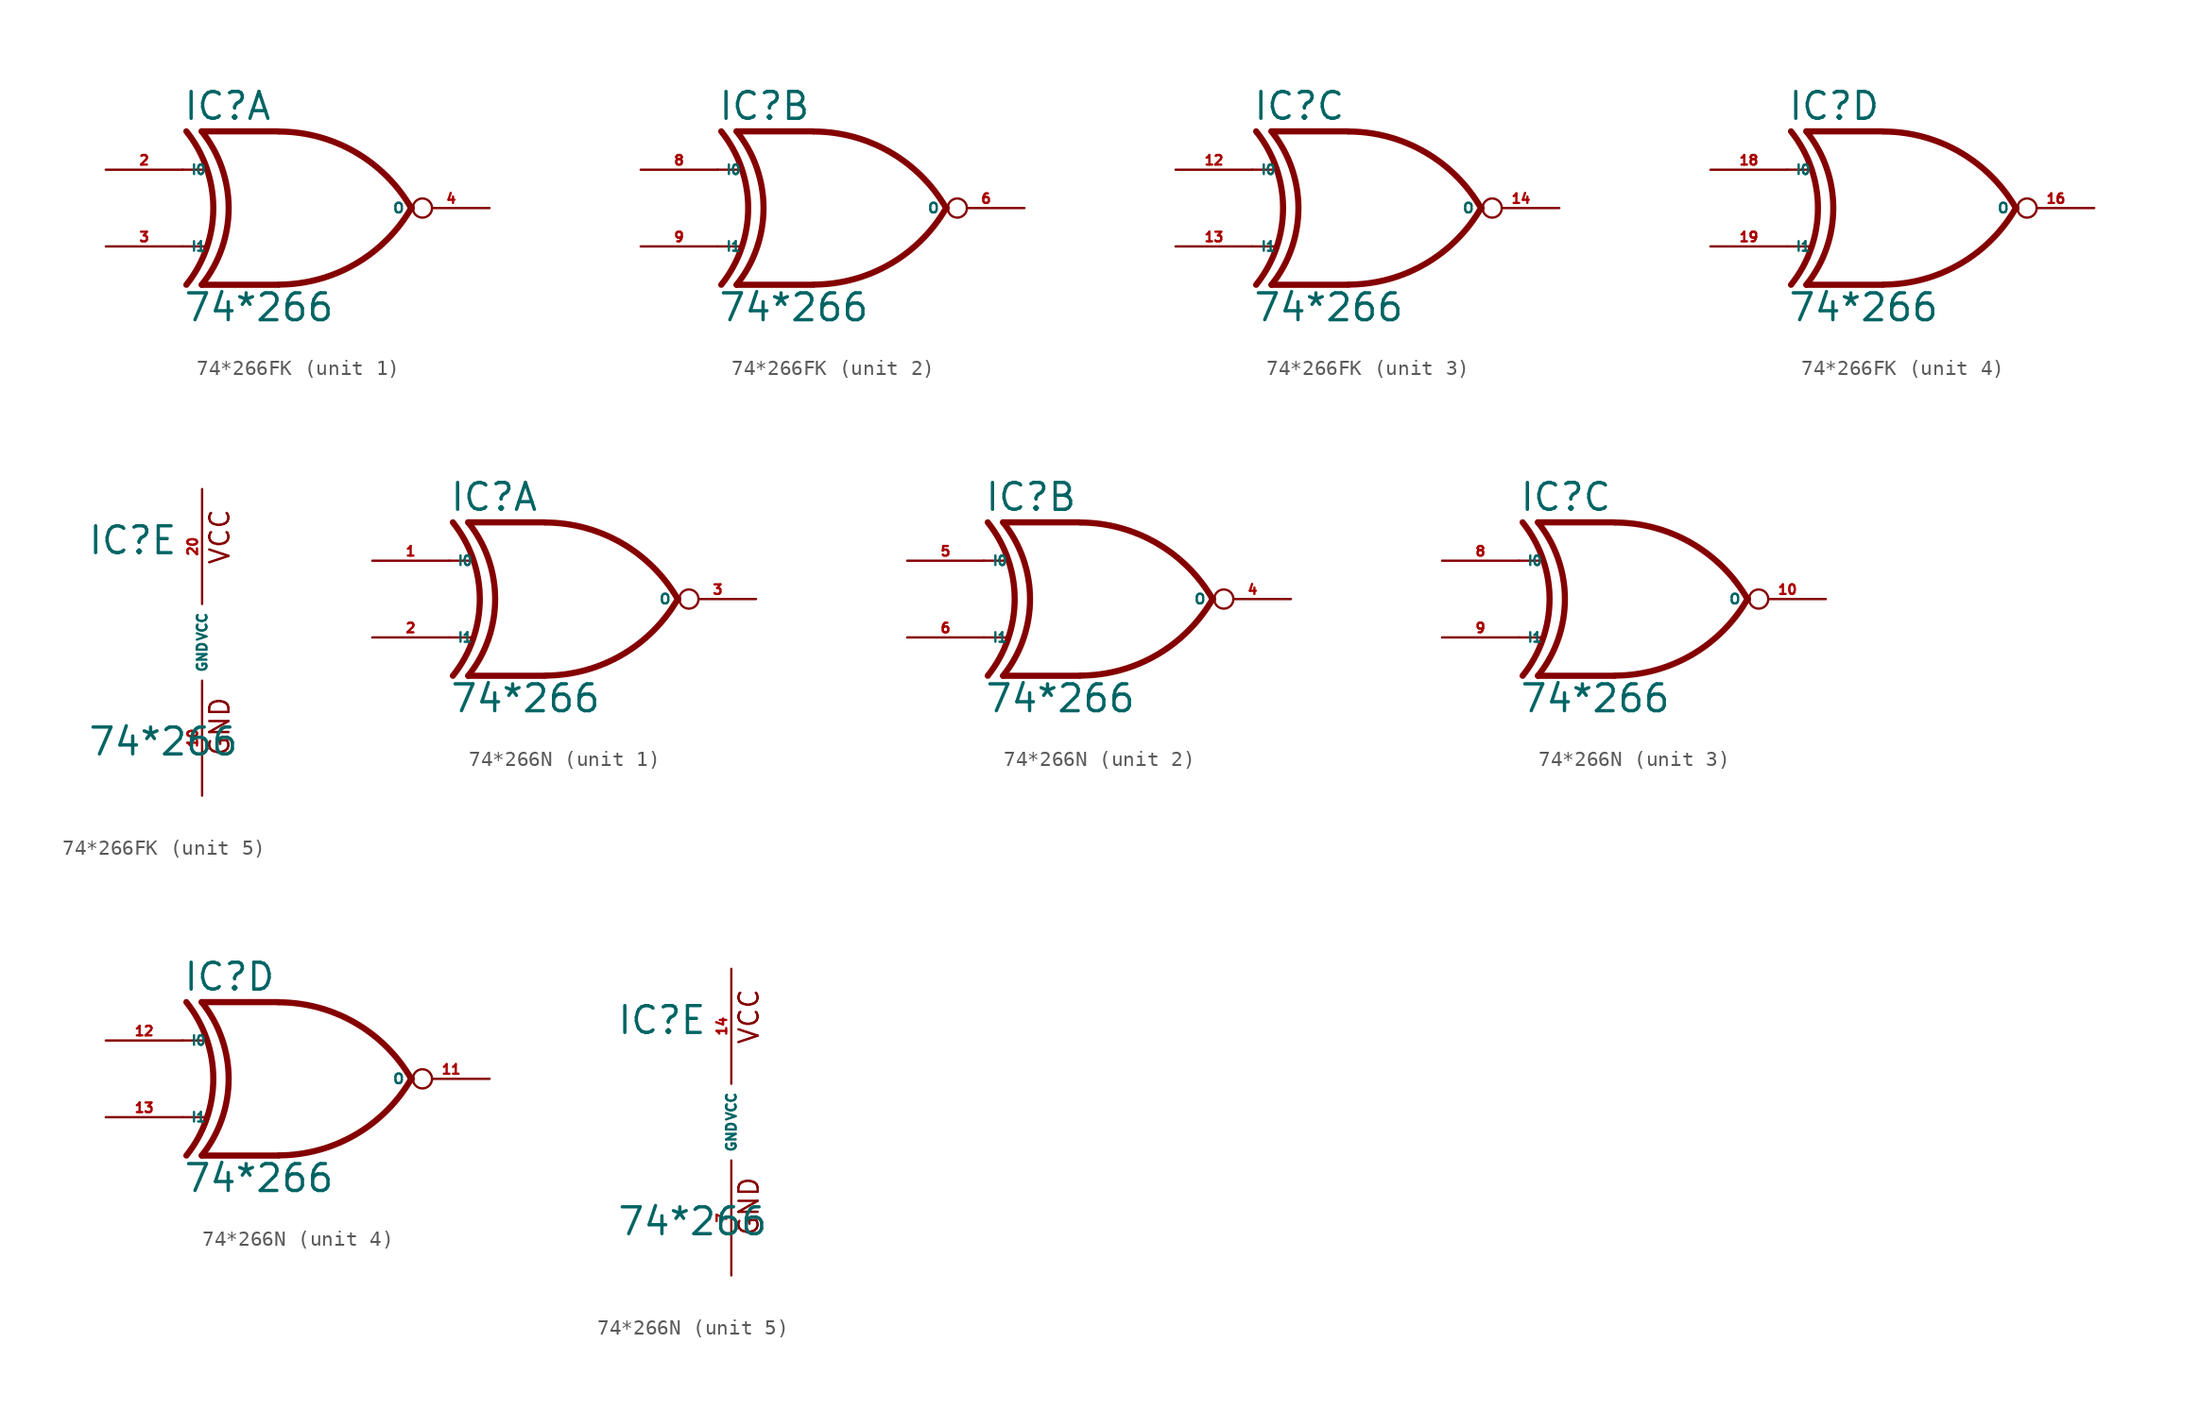
<source format=kicad_sym>
(kicad_symbol_lib
  (version 20220914)
  (generator Eagle2Kicad)
  (symbol "74*266FK"
    (property "Reference" "IC"
      (at -7.62 5.715 0)
      (effects (font (size 1.778 1.778) (thickness 0.22)) (justify left bottom)))
    (property "Value" "74*266"
      (at -7.62 -7.62 0)
      (effects (font (size 1.778 1.778) (thickness 0.22)) (justify left bottom)))
    (symbol "74*266FK_1_0"
      (polyline (pts (xy -1.27 5.08) (xy -6.35 5.08)) (stroke (width 0.406) (type default)) (fill (type none)))
      (polyline (pts (xy -1.27 -5.08) (xy -6.35 -5.08)) (stroke (width 0.406) (type default)) (fill (type none)))
      (polyline (pts (xy -7.62 2.54) (xy -6.096 2.54)) (stroke (width 0.152) (type default)) (fill (type none)))
      (polyline (pts (xy -7.62 -2.54) (xy -6.096 -2.54)) (stroke (width 0.152) (type default)) (fill (type none)))
      (arc (start -1.2446 -5.0678) (mid 3.837 -3.689) (end 7.5439 0.0507) (stroke (width 0.4064) (type default)) (fill (type none)))
      (arc (start 7.5442 -0.0505) (mid 3.837 3.689) (end -1.2446 5.0678) (stroke (width 0.4064) (type default)) (fill (type none)))
      (arc (start -6.35 -5.08) (mid -4.568 0.000) (end -6.35 5.08) (stroke (width 0.4064) (type default)) (fill (type none)))
      (arc (start -7.366 -5.08) (mid -5.584 0.000) (end -7.366 5.08) (stroke (width 0.4064) (type default)) (fill (type none)))
      (pin input line (at -12.7 2.54 0) (length 5.08) (name "I0" (effects (font (size 0.635 0.635) (thickness 0.08)) (justify left bottom))) (number "2" (effects (font (size 0.635 0.635) (thickness 0.08)) (justify left bottom))))
      (pin input line (at -12.7 -2.54 0) (length 5.08) (name "I1" (effects (font (size 0.635 0.635) (thickness 0.08)) (justify left bottom))) (number "3" (effects (font (size 0.635 0.635) (thickness 0.08)) (justify left bottom))))
      (pin open_collector inverted (at 12.7 0 180) (length 5.08) (name "O" (effects (font (size 0.635 0.635) (thickness 0.08)) (justify left bottom))) (number "4" (effects (font (size 0.635 0.635) (thickness 0.08)) (justify left bottom)))))
    (symbol "74*266FK_2_0"
      (polyline (pts (xy -1.27 5.08) (xy -6.35 5.08)) (stroke (width 0.406) (type default)) (fill (type none)))
      (polyline (pts (xy -1.27 -5.08) (xy -6.35 -5.08)) (stroke (width 0.406) (type default)) (fill (type none)))
      (polyline (pts (xy -7.62 2.54) (xy -6.096 2.54)) (stroke (width 0.152) (type default)) (fill (type none)))
      (polyline (pts (xy -7.62 -2.54) (xy -6.096 -2.54)) (stroke (width 0.152) (type default)) (fill (type none)))
      (arc (start -1.2446 -5.0678) (mid 3.837 -3.689) (end 7.5439 0.0507) (stroke (width 0.4064) (type default)) (fill (type none)))
      (arc (start 7.5442 -0.0505) (mid 3.837 3.689) (end -1.2446 5.0678) (stroke (width 0.4064) (type default)) (fill (type none)))
      (arc (start -6.35 -5.08) (mid -4.568 0.000) (end -6.35 5.08) (stroke (width 0.4064) (type default)) (fill (type none)))
      (arc (start -7.366 -5.08) (mid -5.584 0.000) (end -7.366 5.08) (stroke (width 0.4064) (type default)) (fill (type none)))
      (pin input line (at -12.7 2.54 0) (length 5.08) (name "I0" (effects (font (size 0.635 0.635) (thickness 0.08)) (justify left bottom))) (number "8" (effects (font (size 0.635 0.635) (thickness 0.08)) (justify left bottom))))
      (pin input line (at -12.7 -2.54 0) (length 5.08) (name "I1" (effects (font (size 0.635 0.635) (thickness 0.08)) (justify left bottom))) (number "9" (effects (font (size 0.635 0.635) (thickness 0.08)) (justify left bottom))))
      (pin open_collector inverted (at 12.7 0 180) (length 5.08) (name "O" (effects (font (size 0.635 0.635) (thickness 0.08)) (justify left bottom))) (number "6" (effects (font (size 0.635 0.635) (thickness 0.08)) (justify left bottom)))))
    (symbol "74*266FK_3_0"
      (polyline (pts (xy -1.27 5.08) (xy -6.35 5.08)) (stroke (width 0.406) (type default)) (fill (type none)))
      (polyline (pts (xy -1.27 -5.08) (xy -6.35 -5.08)) (stroke (width 0.406) (type default)) (fill (type none)))
      (polyline (pts (xy -7.62 2.54) (xy -6.096 2.54)) (stroke (width 0.152) (type default)) (fill (type none)))
      (polyline (pts (xy -7.62 -2.54) (xy -6.096 -2.54)) (stroke (width 0.152) (type default)) (fill (type none)))
      (arc (start -1.2446 -5.0678) (mid 3.837 -3.689) (end 7.5439 0.0507) (stroke (width 0.4064) (type default)) (fill (type none)))
      (arc (start 7.5442 -0.0505) (mid 3.837 3.689) (end -1.2446 5.0678) (stroke (width 0.4064) (type default)) (fill (type none)))
      (arc (start -6.35 -5.08) (mid -4.568 0.000) (end -6.35 5.08) (stroke (width 0.4064) (type default)) (fill (type none)))
      (arc (start -7.366 -5.08) (mid -5.584 0.000) (end -7.366 5.08) (stroke (width 0.4064) (type default)) (fill (type none)))
      (pin input line (at -12.7 2.54 0) (length 5.08) (name "I0" (effects (font (size 0.635 0.635) (thickness 0.08)) (justify left bottom))) (number "12" (effects (font (size 0.635 0.635) (thickness 0.08)) (justify left bottom))))
      (pin input line (at -12.7 -2.54 0) (length 5.08) (name "I1" (effects (font (size 0.635 0.635) (thickness 0.08)) (justify left bottom))) (number "13" (effects (font (size 0.635 0.635) (thickness 0.08)) (justify left bottom))))
      (pin open_collector inverted (at 12.7 0 180) (length 5.08) (name "O" (effects (font (size 0.635 0.635) (thickness 0.08)) (justify left bottom))) (number "14" (effects (font (size 0.635 0.635) (thickness 0.08)) (justify left bottom)))))
    (symbol "74*266FK_4_0"
      (polyline (pts (xy -1.27 5.08) (xy -6.35 5.08)) (stroke (width 0.406) (type default)) (fill (type none)))
      (polyline (pts (xy -1.27 -5.08) (xy -6.35 -5.08)) (stroke (width 0.406) (type default)) (fill (type none)))
      (polyline (pts (xy -7.62 2.54) (xy -6.096 2.54)) (stroke (width 0.152) (type default)) (fill (type none)))
      (polyline (pts (xy -7.62 -2.54) (xy -6.096 -2.54)) (stroke (width 0.152) (type default)) (fill (type none)))
      (arc (start -1.2446 -5.0678) (mid 3.837 -3.689) (end 7.5439 0.0507) (stroke (width 0.4064) (type default)) (fill (type none)))
      (arc (start 7.5442 -0.0505) (mid 3.837 3.689) (end -1.2446 5.0678) (stroke (width 0.4064) (type default)) (fill (type none)))
      (arc (start -6.35 -5.08) (mid -4.568 0.000) (end -6.35 5.08) (stroke (width 0.4064) (type default)) (fill (type none)))
      (arc (start -7.366 -5.08) (mid -5.584 0.000) (end -7.366 5.08) (stroke (width 0.4064) (type default)) (fill (type none)))
      (pin input line (at -12.7 2.54 0) (length 5.08) (name "I0" (effects (font (size 0.635 0.635) (thickness 0.08)) (justify left bottom))) (number "18" (effects (font (size 0.635 0.635) (thickness 0.08)) (justify left bottom))))
      (pin input line (at -12.7 -2.54 0) (length 5.08) (name "I1" (effects (font (size 0.635 0.635) (thickness 0.08)) (justify left bottom))) (number "19" (effects (font (size 0.635 0.635) (thickness 0.08)) (justify left bottom))))
      (pin open_collector inverted (at 12.7 0 180) (length 5.08) (name "O" (effects (font (size 0.635 0.635) (thickness 0.08)) (justify left bottom))) (number "16" (effects (font (size 0.635 0.635) (thickness 0.08)) (justify left bottom)))))
    (symbol "74*266FK_5_0"
      (text "GND" (at 1.905 -7.62 900) (effects (font (size 1.27 1.27) (thickness 0.16)) (justify left bottom)))
      (text "VCC" (at 1.905 5.08 900) (effects (font (size 1.27 1.27) (thickness 0.16)) (justify left bottom)))
      (pin unspecified line (at 0 -10.16 90) (length 7.62) (name "GND" (effects (font (size 0.635 0.635) (thickness 0.08)) (justify left bottom))) (number "10" (effects (font (size 0.635 0.635) (thickness 0.08)) (justify left bottom))))
      (pin unspecified line (at 0 10.16 270) (length 7.62) (name "VCC" (effects (font (size 0.635 0.635) (thickness 0.08)) (justify left bottom))) (number "20" (effects (font (size 0.635 0.635) (thickness 0.08)) (justify left bottom))))))
  (symbol "74*266N"
    (property "Reference" "IC"
      (at -7.62 5.715 0)
      (effects (font (size 1.778 1.778) (thickness 0.22)) (justify left bottom)))
    (property "Value" "74*266"
      (at -7.62 -7.62 0)
      (effects (font (size 1.778 1.778) (thickness 0.22)) (justify left bottom)))
    (symbol "74*266N_1_0"
      (polyline (pts (xy -1.27 5.08) (xy -6.35 5.08)) (stroke (width 0.406) (type default)) (fill (type none)))
      (polyline (pts (xy -1.27 -5.08) (xy -6.35 -5.08)) (stroke (width 0.406) (type default)) (fill (type none)))
      (polyline (pts (xy -7.62 2.54) (xy -6.096 2.54)) (stroke (width 0.152) (type default)) (fill (type none)))
      (polyline (pts (xy -7.62 -2.54) (xy -6.096 -2.54)) (stroke (width 0.152) (type default)) (fill (type none)))
      (arc (start -1.2446 -5.0678) (mid 3.837 -3.689) (end 7.5439 0.0507) (stroke (width 0.4064) (type default)) (fill (type none)))
      (arc (start 7.5442 -0.0505) (mid 3.837 3.689) (end -1.2446 5.0678) (stroke (width 0.4064) (type default)) (fill (type none)))
      (arc (start -6.35 -5.08) (mid -4.568 0.000) (end -6.35 5.08) (stroke (width 0.4064) (type default)) (fill (type none)))
      (arc (start -7.366 -5.08) (mid -5.584 0.000) (end -7.366 5.08) (stroke (width 0.4064) (type default)) (fill (type none)))
      (pin input line (at -12.7 2.54 0) (length 5.08) (name "I0" (effects (font (size 0.635 0.635) (thickness 0.08)) (justify left bottom))) (number "1" (effects (font (size 0.635 0.635) (thickness 0.08)) (justify left bottom))))
      (pin input line (at -12.7 -2.54 0) (length 5.08) (name "I1" (effects (font (size 0.635 0.635) (thickness 0.08)) (justify left bottom))) (number "2" (effects (font (size 0.635 0.635) (thickness 0.08)) (justify left bottom))))
      (pin open_collector inverted (at 12.7 0 180) (length 5.08) (name "O" (effects (font (size 0.635 0.635) (thickness 0.08)) (justify left bottom))) (number "3" (effects (font (size 0.635 0.635) (thickness 0.08)) (justify left bottom)))))
    (symbol "74*266N_2_0"
      (polyline (pts (xy -1.27 5.08) (xy -6.35 5.08)) (stroke (width 0.406) (type default)) (fill (type none)))
      (polyline (pts (xy -1.27 -5.08) (xy -6.35 -5.08)) (stroke (width 0.406) (type default)) (fill (type none)))
      (polyline (pts (xy -7.62 2.54) (xy -6.096 2.54)) (stroke (width 0.152) (type default)) (fill (type none)))
      (polyline (pts (xy -7.62 -2.54) (xy -6.096 -2.54)) (stroke (width 0.152) (type default)) (fill (type none)))
      (arc (start -1.2446 -5.0678) (mid 3.837 -3.689) (end 7.5439 0.0507) (stroke (width 0.4064) (type default)) (fill (type none)))
      (arc (start 7.5442 -0.0505) (mid 3.837 3.689) (end -1.2446 5.0678) (stroke (width 0.4064) (type default)) (fill (type none)))
      (arc (start -6.35 -5.08) (mid -4.568 0.000) (end -6.35 5.08) (stroke (width 0.4064) (type default)) (fill (type none)))
      (arc (start -7.366 -5.08) (mid -5.584 0.000) (end -7.366 5.08) (stroke (width 0.4064) (type default)) (fill (type none)))
      (pin input line (at -12.7 2.54 0) (length 5.08) (name "I0" (effects (font (size 0.635 0.635) (thickness 0.08)) (justify left bottom))) (number "5" (effects (font (size 0.635 0.635) (thickness 0.08)) (justify left bottom))))
      (pin input line (at -12.7 -2.54 0) (length 5.08) (name "I1" (effects (font (size 0.635 0.635) (thickness 0.08)) (justify left bottom))) (number "6" (effects (font (size 0.635 0.635) (thickness 0.08)) (justify left bottom))))
      (pin open_collector inverted (at 12.7 0 180) (length 5.08) (name "O" (effects (font (size 0.635 0.635) (thickness 0.08)) (justify left bottom))) (number "4" (effects (font (size 0.635 0.635) (thickness 0.08)) (justify left bottom)))))
    (symbol "74*266N_3_0"
      (polyline (pts (xy -1.27 5.08) (xy -6.35 5.08)) (stroke (width 0.406) (type default)) (fill (type none)))
      (polyline (pts (xy -1.27 -5.08) (xy -6.35 -5.08)) (stroke (width 0.406) (type default)) (fill (type none)))
      (polyline (pts (xy -7.62 2.54) (xy -6.096 2.54)) (stroke (width 0.152) (type default)) (fill (type none)))
      (polyline (pts (xy -7.62 -2.54) (xy -6.096 -2.54)) (stroke (width 0.152) (type default)) (fill (type none)))
      (arc (start -1.2446 -5.0678) (mid 3.837 -3.689) (end 7.5439 0.0507) (stroke (width 0.4064) (type default)) (fill (type none)))
      (arc (start 7.5442 -0.0505) (mid 3.837 3.689) (end -1.2446 5.0678) (stroke (width 0.4064) (type default)) (fill (type none)))
      (arc (start -6.35 -5.08) (mid -4.568 0.000) (end -6.35 5.08) (stroke (width 0.4064) (type default)) (fill (type none)))
      (arc (start -7.366 -5.08) (mid -5.584 0.000) (end -7.366 5.08) (stroke (width 0.4064) (type default)) (fill (type none)))
      (pin input line (at -12.7 2.54 0) (length 5.08) (name "I0" (effects (font (size 0.635 0.635) (thickness 0.08)) (justify left bottom))) (number "8" (effects (font (size 0.635 0.635) (thickness 0.08)) (justify left bottom))))
      (pin input line (at -12.7 -2.54 0) (length 5.08) (name "I1" (effects (font (size 0.635 0.635) (thickness 0.08)) (justify left bottom))) (number "9" (effects (font (size 0.635 0.635) (thickness 0.08)) (justify left bottom))))
      (pin open_collector inverted (at 12.7 0 180) (length 5.08) (name "O" (effects (font (size 0.635 0.635) (thickness 0.08)) (justify left bottom))) (number "10" (effects (font (size 0.635 0.635) (thickness 0.08)) (justify left bottom)))))
    (symbol "74*266N_4_0"
      (polyline (pts (xy -1.27 5.08) (xy -6.35 5.08)) (stroke (width 0.406) (type default)) (fill (type none)))
      (polyline (pts (xy -1.27 -5.08) (xy -6.35 -5.08)) (stroke (width 0.406) (type default)) (fill (type none)))
      (polyline (pts (xy -7.62 2.54) (xy -6.096 2.54)) (stroke (width 0.152) (type default)) (fill (type none)))
      (polyline (pts (xy -7.62 -2.54) (xy -6.096 -2.54)) (stroke (width 0.152) (type default)) (fill (type none)))
      (arc (start -1.2446 -5.0678) (mid 3.837 -3.689) (end 7.5439 0.0507) (stroke (width 0.4064) (type default)) (fill (type none)))
      (arc (start 7.5442 -0.0505) (mid 3.837 3.689) (end -1.2446 5.0678) (stroke (width 0.4064) (type default)) (fill (type none)))
      (arc (start -6.35 -5.08) (mid -4.568 0.000) (end -6.35 5.08) (stroke (width 0.4064) (type default)) (fill (type none)))
      (arc (start -7.366 -5.08) (mid -5.584 0.000) (end -7.366 5.08) (stroke (width 0.4064) (type default)) (fill (type none)))
      (pin input line (at -12.7 2.54 0) (length 5.08) (name "I0" (effects (font (size 0.635 0.635) (thickness 0.08)) (justify left bottom))) (number "12" (effects (font (size 0.635 0.635) (thickness 0.08)) (justify left bottom))))
      (pin input line (at -12.7 -2.54 0) (length 5.08) (name "I1" (effects (font (size 0.635 0.635) (thickness 0.08)) (justify left bottom))) (number "13" (effects (font (size 0.635 0.635) (thickness 0.08)) (justify left bottom))))
      (pin open_collector inverted (at 12.7 0 180) (length 5.08) (name "O" (effects (font (size 0.635 0.635) (thickness 0.08)) (justify left bottom))) (number "11" (effects (font (size 0.635 0.635) (thickness 0.08)) (justify left bottom)))))
    (symbol "74*266N_5_0"
      (text "GND" (at 1.905 -7.62 900) (effects (font (size 1.27 1.27) (thickness 0.16)) (justify left bottom)))
      (text "VCC" (at 1.905 5.08 900) (effects (font (size 1.27 1.27) (thickness 0.16)) (justify left bottom)))
      (pin unspecified line (at 0 -10.16 90) (length 7.62) (name "GND" (effects (font (size 0.635 0.635) (thickness 0.08)) (justify left bottom))) (number "7" (effects (font (size 0.635 0.635) (thickness 0.08)) (justify left bottom))))
      (pin unspecified line (at 0 10.16 270) (length 7.62) (name "VCC" (effects (font (size 0.635 0.635) (thickness 0.08)) (justify left bottom))) (number "14" (effects (font (size 0.635 0.635) (thickness 0.08)) (justify left bottom)))))))
</source>
